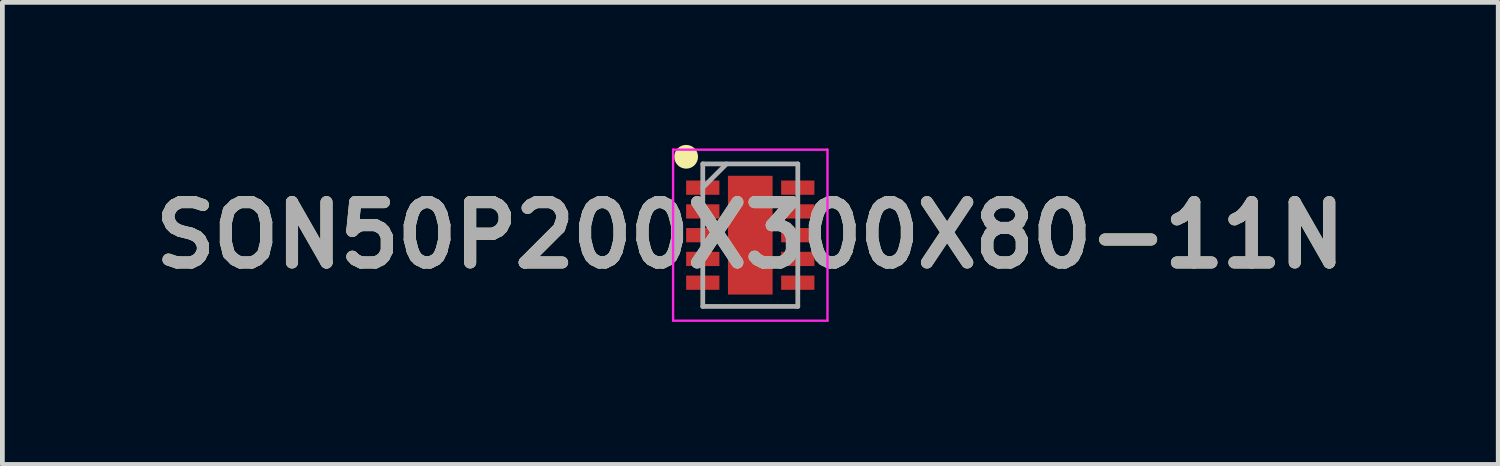
<source format=kicad_pcb>
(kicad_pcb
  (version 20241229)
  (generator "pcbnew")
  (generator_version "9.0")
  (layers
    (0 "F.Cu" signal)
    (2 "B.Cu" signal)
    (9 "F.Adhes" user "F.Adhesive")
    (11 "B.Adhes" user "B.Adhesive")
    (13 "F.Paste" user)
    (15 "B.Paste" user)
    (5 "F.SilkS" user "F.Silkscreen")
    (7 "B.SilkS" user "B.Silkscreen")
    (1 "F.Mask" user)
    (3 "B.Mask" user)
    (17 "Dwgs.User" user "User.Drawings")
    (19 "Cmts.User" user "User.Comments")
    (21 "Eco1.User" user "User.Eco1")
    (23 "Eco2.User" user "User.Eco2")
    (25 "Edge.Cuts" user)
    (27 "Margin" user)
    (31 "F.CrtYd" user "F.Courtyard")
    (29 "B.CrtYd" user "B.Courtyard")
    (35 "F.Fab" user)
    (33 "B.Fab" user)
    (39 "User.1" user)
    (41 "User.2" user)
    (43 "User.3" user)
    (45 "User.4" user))
  (footprint "SON50P200X300X80-11N"
    (layer "F.Cu")
    (at 12.742 1.9)
    (property "Reference" "SON50P200X300X80-11N" (at 0 0 0) (layer "F.SilkS") (effects (font (size 1.27 1.27) (thickness 0.254))))
    (attr smd)
    (fp_circle (center -1.35 -1.65) (end -1.35 -1.525) (stroke (width 0.25) (type solid)) (fill no) (layer "F.SilkS"))
    (fp_line (start -1.625 -1.8) (end 1.625 -1.8) (stroke (width 0.05) (type solid)) (layer "F.CrtYd"))
    (fp_line (start -1.625 1.8) (end -1.625 -1.8) (stroke (width 0.05) (type solid)) (layer "F.CrtYd"))
    (fp_line (start 1.625 -1.8) (end 1.625 1.8) (stroke (width 0.05) (type solid)) (layer "F.CrtYd"))
    (fp_line (start 1.625 1.8) (end -1.625 1.8) (stroke (width 0.05) (type solid)) (layer "F.CrtYd"))
    (fp_line (start -1 -1.5) (end 1 -1.5) (stroke (width 0.1) (type solid)) (layer "F.Fab"))
    (fp_line (start -1 -1) (end -0.5 -1.5) (stroke (width 0.1) (type solid)) (layer "F.Fab"))
    (fp_line (start -1 1.5) (end -1 -1.5) (stroke (width 0.1) (type solid)) (layer "F.Fab"))
    (fp_line (start 1 -1.5) (end 1 1.5) (stroke (width 0.1) (type solid)) (layer "F.Fab"))
    (fp_line (start 1 1.5) (end -1 1.5) (stroke (width 0.1) (type solid)) (layer "F.Fab"))
    (fp_text user "${REFERENCE}" (at 0 0 0) (layer "F.Fab") (effects (font (size 1.27 1.27) (thickness 0.254))))
    (pad "1" smd rect (at -1 -1 90) (size 0.3 0.7) (layers "F.Cu" "F.Mask" "F.Paste"))
    (pad "2" smd rect (at -1 -0.5 90) (size 0.3 0.7) (layers "F.Cu" "F.Mask" "F.Paste"))
    (pad "3" smd rect (at -1 0 90) (size 0.3 0.7) (layers "F.Cu" "F.Mask" "F.Paste"))
    (pad "4" smd rect (at -1 0.5 90) (size 0.3 0.7) (layers "F.Cu" "F.Mask" "F.Paste"))
    (pad "5" smd rect (at -1 1 90) (size 0.3 0.7) (layers "F.Cu" "F.Mask" "F.Paste"))
    (pad "6" smd rect (at 1 1 90) (size 0.3 0.7) (layers "F.Cu" "F.Mask" "F.Paste"))
    (pad "7" smd rect (at 1 0.5 90) (size 0.3 0.7) (layers "F.Cu" "F.Mask" "F.Paste"))
    (pad "8" smd rect (at 1 0 90) (size 0.3 0.7) (layers "F.Cu" "F.Mask" "F.Paste"))
    (pad "9" smd rect (at 1 -0.5 90) (size 0.3 0.7) (layers "F.Cu" "F.Mask" "F.Paste"))
    (pad "10" smd rect (at 1 -1 90) (size 0.3 0.7) (layers "F.Cu" "F.Mask" "F.Paste"))
    (pad "11" smd rect (at 0 0) (size 0.94 2.5) (layers "F.Cu" "F.Mask" "F.Paste")))
  (gr_rect
    (start -3 -3)
    (end 28.485 6.725)
    (stroke (width 0.1) (type default))
    (fill no)
    (layer "Edge.Cuts")))
</source>
